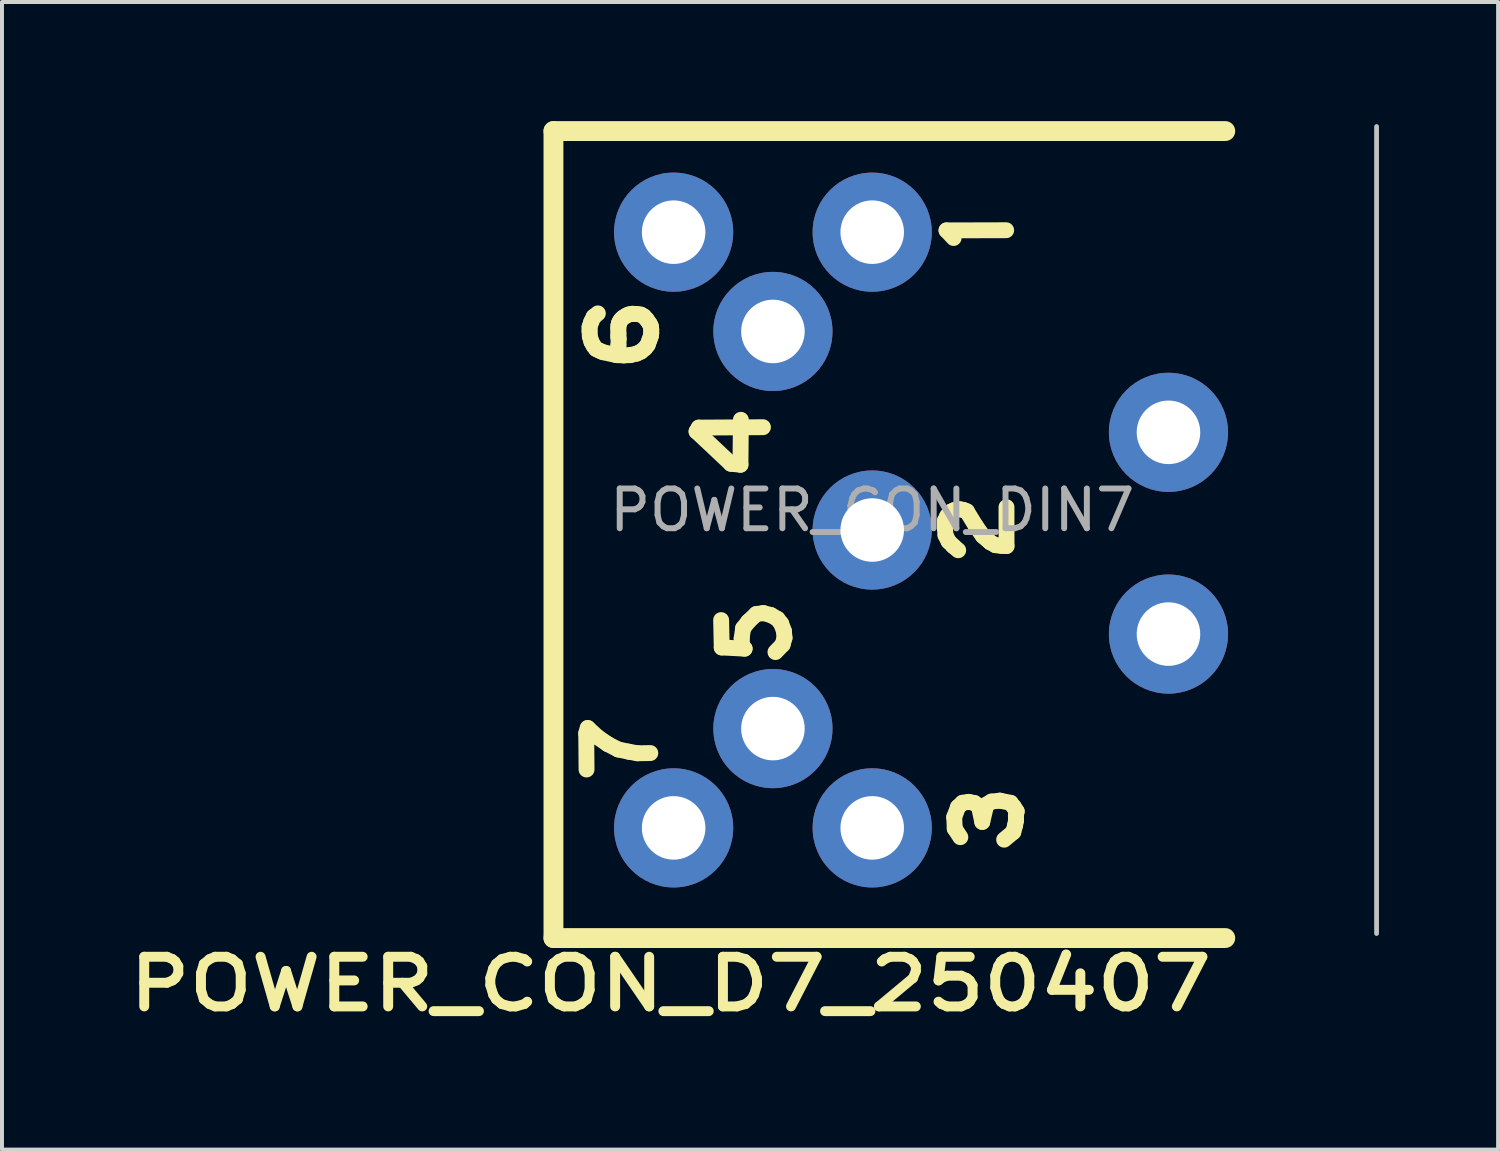
<source format=kicad_pcb>
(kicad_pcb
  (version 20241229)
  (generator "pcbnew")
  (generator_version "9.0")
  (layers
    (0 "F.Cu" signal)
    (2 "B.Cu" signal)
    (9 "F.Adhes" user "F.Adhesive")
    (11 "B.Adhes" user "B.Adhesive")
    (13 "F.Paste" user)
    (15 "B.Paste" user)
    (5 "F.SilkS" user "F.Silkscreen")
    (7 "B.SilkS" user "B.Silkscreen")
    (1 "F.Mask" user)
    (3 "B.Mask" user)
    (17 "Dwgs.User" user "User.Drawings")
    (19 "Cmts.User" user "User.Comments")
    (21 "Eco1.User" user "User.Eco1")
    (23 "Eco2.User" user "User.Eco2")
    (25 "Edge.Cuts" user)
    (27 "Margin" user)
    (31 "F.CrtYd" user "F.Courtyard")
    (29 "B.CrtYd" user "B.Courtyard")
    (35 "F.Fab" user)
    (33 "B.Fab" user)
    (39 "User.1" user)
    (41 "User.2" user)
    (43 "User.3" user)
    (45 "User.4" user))
  (footprint "POWER_CON_D7_250407"
    (layer "F.Cu")
    (at 18.912 10.296)
    (property "Reference" "POWER_CON_D7_250407" (at -5.08 11.43 0) (layer "F.SilkS") (effects (font (size 1.25 1.5) (thickness 0.25) (bold yes))))
    (attr through_hole)
    (fp_line (start -8.026 -10.046) (end 8.89 -10.046) (stroke (width 0.5) (type solid)) (layer "F.SilkS"))
    (fp_line (start -8.026 10.274) (end -8.026 -10.046) (stroke (width 0.5) (type solid)) (layer "F.SilkS"))
    (fp_line (start -7.201 5.119) (end -7.163 4.985) (stroke (width 0.4) (type solid)) (layer "F.SilkS"))
    (fp_line (start -7.193 6.03) (end -7.201 5.119) (stroke (width 0.4) (type solid)) (layer "F.SilkS"))
    (fp_line (start -7.163 4.985) (end -6.913 5.215) (stroke (width 0.4) (type solid)) (layer "F.SilkS"))
    (fp_line (start -7.117 -5.111) (end -7.117 -5.008) (stroke (width 0.4) (type solid)) (layer "F.SilkS"))
    (fp_line (start -7.117 -5.008) (end -7.11 -4.877) (stroke (width 0.4) (type solid)) (layer "F.SilkS"))
    (fp_line (start -7.11 -4.877) (end -7.069 -4.738) (stroke (width 0.4) (type solid)) (layer "F.SilkS"))
    (fp_line (start -7.077 -5.238) (end -7.117 -5.111) (stroke (width 0.4) (type solid)) (layer "F.SilkS"))
    (fp_line (start -7.069 -4.738) (end -7.014 -4.637) (stroke (width 0.4) (type solid)) (layer "F.SilkS"))
    (fp_line (start -7.014 -5.369) (end -7.077 -5.238) (stroke (width 0.4) (type solid)) (layer "F.SilkS"))
    (fp_line (start -7.014 -4.637) (end -6.953 -4.558) (stroke (width 0.4) (type solid)) (layer "F.SilkS"))
    (fp_line (start -6.953 -4.558) (end -6.865 -4.515) (stroke (width 0.4) (type solid)) (layer "F.SilkS"))
    (fp_line (start -6.913 5.215) (end -6.658 5.391) (stroke (width 0.4) (type solid)) (layer "F.SilkS"))
    (fp_line (start -6.908 -5.455) (end -7.014 -5.369) (stroke (width 0.4) (type solid)) (layer "F.SilkS"))
    (fp_line (start -6.865 -4.515) (end -6.779 -4.478) (stroke (width 0.4) (type solid)) (layer "F.SilkS"))
    (fp_line (start -6.779 -4.478) (end -6.438 -4.404) (stroke (width 0.4) (type solid)) (layer "F.SilkS"))
    (fp_line (start -6.658 5.391) (end -6.398 5.525) (stroke (width 0.4) (type solid)) (layer "F.SilkS"))
    (fp_line (start -6.438 -4.404) (end -6.256 -4.397) (stroke (width 0.4) (type solid)) (layer "F.SilkS"))
    (fp_line (start -6.398 5.525) (end -6.133 5.581) (stroke (width 0.4) (type solid)) (layer "F.SilkS"))
    (fp_line (start -6.393 -5.071) (end -6.39 -4.952) (stroke (width 0.4) (type solid)) (layer "F.SilkS"))
    (fp_line (start -6.393 -4.874) (end -6.385 -4.811) (stroke (width 0.4) (type solid)) (layer "F.SilkS"))
    (fp_line (start -6.39 -5.147) (end -6.393 -5.071) (stroke (width 0.4) (type solid)) (layer "F.SilkS"))
    (fp_line (start -6.39 -4.952) (end -6.393 -4.874) (stroke (width 0.4) (type solid)) (layer "F.SilkS"))
    (fp_line (start -6.39 -4.654) (end -6.4 -4.5) (stroke (width 0.4) (type solid)) (layer "F.SilkS"))
    (fp_line (start -6.385 -4.811) (end -6.39 -4.654) (stroke (width 0.4) (type solid)) (layer "F.SilkS"))
    (fp_line (start -6.38 -5.19) (end -6.39 -5.147) (stroke (width 0.4) (type solid)) (layer "F.SilkS"))
    (fp_line (start -6.372 -5.215) (end -6.38 -5.19) (stroke (width 0.4) (type solid)) (layer "F.SilkS"))
    (fp_line (start -6.35 -5.26) (end -6.372 -5.215) (stroke (width 0.4) (type solid)) (layer "F.SilkS"))
    (fp_line (start -6.319 -5.303) (end -6.35 -5.26) (stroke (width 0.4) (type solid)) (layer "F.SilkS"))
    (fp_line (start -6.269 -5.351) (end -6.319 -5.303) (stroke (width 0.4) (type solid)) (layer "F.SilkS"))
    (fp_line (start -6.256 -4.397) (end -6.095 -4.404) (stroke (width 0.4) (type solid)) (layer "F.SilkS"))
    (fp_line (start -6.186 -5.402) (end -6.269 -5.351) (stroke (width 0.4) (type solid)) (layer "F.SilkS"))
    (fp_line (start -6.133 5.581) (end -5.915 5.621) (stroke (width 0.4) (type solid)) (layer "F.SilkS"))
    (fp_line (start -6.125 -5.429) (end -6.186 -5.402) (stroke (width 0.4) (type solid)) (layer "F.SilkS"))
    (fp_line (start -6.095 -4.404) (end -5.931 -4.442) (stroke (width 0.4) (type solid)) (layer "F.SilkS"))
    (fp_line (start -6.037 -5.445) (end -6.125 -5.429) (stroke (width 0.4) (type solid)) (layer "F.SilkS"))
    (fp_line (start -5.933 -5.44) (end -6.037 -5.445) (stroke (width 0.4) (type solid)) (layer "F.SilkS"))
    (fp_line (start -5.931 -4.442) (end -5.822 -4.493) (stroke (width 0.4) (type solid)) (layer "F.SilkS"))
    (fp_line (start -5.915 5.621) (end -5.587 5.616) (stroke (width 0.4) (type solid)) (layer "F.SilkS"))
    (fp_line (start -5.824 -5.424) (end -5.933 -5.44) (stroke (width 0.4) (type solid)) (layer "F.SilkS"))
    (fp_line (start -5.822 -4.493) (end -5.716 -4.581) (stroke (width 0.4) (type solid)) (layer "F.SilkS"))
    (fp_line (start -5.751 -5.381) (end -5.824 -5.424) (stroke (width 0.4) (type solid)) (layer "F.SilkS"))
    (fp_line (start -5.716 -4.581) (end -5.653 -4.664) (stroke (width 0.4) (type solid)) (layer "F.SilkS"))
    (fp_line (start -5.681 -5.306) (end -5.751 -5.381) (stroke (width 0.4) (type solid)) (layer "F.SilkS"))
    (fp_line (start -5.653 -4.664) (end -5.61 -4.783) (stroke (width 0.4) (type solid)) (layer "F.SilkS"))
    (fp_line (start -5.61 -4.783) (end -5.574 -4.884) (stroke (width 0.4) (type solid)) (layer "F.SilkS"))
    (fp_line (start -5.605 -5.197) (end -5.681 -5.306) (stroke (width 0.4) (type solid)) (layer "F.SilkS"))
    (fp_line (start -5.574 -4.884) (end -5.564 -4.957) (stroke (width 0.4) (type solid)) (layer "F.SilkS"))
    (fp_line (start -5.572 -5.127) (end -5.605 -5.197) (stroke (width 0.4) (type solid)) (layer "F.SilkS"))
    (fp_line (start -5.564 -5.048) (end -5.572 -5.127) (stroke (width 0.4) (type solid)) (layer "F.SilkS"))
    (fp_line (start -5.564 -4.957) (end -5.564 -5.048) (stroke (width 0.4) (type solid)) (layer "F.SilkS"))
    (fp_line (start -4.423 -2.482) (end -3.559 -1.669) (stroke (width 0.4) (type solid)) (layer "F.SilkS"))
    (fp_line (start -4.367 -2.579) (end -4.423 -2.482) (stroke (width 0.4) (type solid)) (layer "F.SilkS"))
    (fp_line (start -3.804 2.268) (end -3.789 2.957) (stroke (width 0.4) (type solid)) (layer "F.SilkS"))
    (fp_line (start -3.789 2.957) (end -3.213 2.987) (stroke (width 0.4) (type solid)) (layer "F.SilkS"))
    (fp_line (start -3.559 -1.669) (end -3.317 -1.644) (stroke (width 0.4) (type solid)) (layer "F.SilkS"))
    (fp_line (start -3.317 -1.644) (end -3.307 -2.775) (stroke (width 0.4) (type solid)) (layer "F.SilkS"))
    (fp_line (start -3.287 2.73) (end -3.251 2.475) (stroke (width 0.4) (type solid)) (layer "F.SilkS"))
    (fp_line (start -3.271 2.972) (end -3.287 2.73) (stroke (width 0.4) (type solid)) (layer "F.SilkS"))
    (fp_line (start -3.251 2.475) (end -3.12 2.305) (stroke (width 0.4) (type solid)) (layer "F.SilkS"))
    (fp_line (start -3.213 2.987) (end -3.271 2.972) (stroke (width 0.4) (type solid)) (layer "F.SilkS"))
    (fp_line (start -3.12 2.305) (end -2.92 2.116) (stroke (width 0.4) (type solid)) (layer "F.SilkS"))
    (fp_line (start -2.92 2.116) (end -2.741 2.091) (stroke (width 0.4) (type solid)) (layer "F.SilkS"))
    (fp_line (start -2.751 -2.589) (end -4.367 -2.579) (stroke (width 0.4) (type solid)) (layer "F.SilkS"))
    (fp_line (start -2.741 2.091) (end -2.552 2.141) (stroke (width 0.4) (type solid)) (layer "F.SilkS"))
    (fp_line (start -2.552 2.141) (end -2.385 2.237) (stroke (width 0.4) (type solid)) (layer "F.SilkS"))
    (fp_line (start -2.385 2.237) (end -2.292 2.356) (stroke (width 0.4) (type solid)) (layer "F.SilkS"))
    (fp_line (start -2.292 2.356) (end -2.223 2.543) (stroke (width 0.4) (type solid)) (layer "F.SilkS"))
    (fp_line (start -2.256 2.886) (end -2.436 3.073) (stroke (width 0.4) (type solid)) (layer "F.SilkS"))
    (fp_line (start -2.223 2.543) (end -2.208 2.715) (stroke (width 0.4) (type solid)) (layer "F.SilkS"))
    (fp_line (start -2.208 2.715) (end -2.256 2.886) (stroke (width 0.4) (type solid)) (layer "F.SilkS"))
    (fp_line (start 1.832 -0.234) (end 1.888 -0.349) (stroke (width 0.4) (type solid)) (layer "F.SilkS"))
    (fp_line (start 1.832 -0.046) (end 1.832 -0.234) (stroke (width 0.4) (type solid)) (layer "F.SilkS"))
    (fp_line (start 1.845 0.129) (end 1.832 -0.046) (stroke (width 0.4) (type solid)) (layer "F.SilkS"))
    (fp_line (start 1.871 -7.545) (end 3.373 -7.549) (stroke (width 0.4) (type solid)) (layer "F.SilkS"))
    (fp_line (start 1.888 -0.349) (end 1.986 -0.464) (stroke (width 0.4) (type solid)) (layer "F.SilkS"))
    (fp_line (start 1.922 0.283) (end 1.845 0.129) (stroke (width 0.4) (type solid)) (layer "F.SilkS"))
    (fp_line (start 1.986 -0.464) (end 2.067 -0.502) (stroke (width 0.4) (type solid)) (layer "F.SilkS"))
    (fp_line (start 2.041 0.403) (end 1.922 0.283) (stroke (width 0.4) (type solid)) (layer "F.SilkS"))
    (fp_line (start 2.05 -7.353) (end 1.871 -7.545) (stroke (width 0.4) (type solid)) (layer "F.SilkS"))
    (fp_line (start 2.065 7.229) (end 2.16 6.976) (stroke (width 0.4) (type solid)) (layer "F.SilkS"))
    (fp_line (start 2.067 -0.502) (end 2.199 -0.524) (stroke (width 0.4) (type solid)) (layer "F.SilkS"))
    (fp_line (start 2.078 7.518) (end 2.065 7.229) (stroke (width 0.4) (type solid)) (layer "F.SilkS"))
    (fp_line (start 2.16 6.976) (end 2.275 6.868) (stroke (width 0.4) (type solid)) (layer "F.SilkS"))
    (fp_line (start 2.165 0.509) (end 2.041 0.403) (stroke (width 0.4) (type solid)) (layer "F.SilkS"))
    (fp_line (start 2.199 -0.524) (end 2.293 -0.507) (stroke (width 0.4) (type solid)) (layer "F.SilkS"))
    (fp_line (start 2.219 7.734) (end 2.078 7.518) (stroke (width 0.4) (type solid)) (layer "F.SilkS"))
    (fp_line (start 2.275 6.868) (end 2.429 6.845) (stroke (width 0.4) (type solid)) (layer "F.SilkS"))
    (fp_line (start 2.293 -0.507) (end 2.383 -0.472) (stroke (width 0.4) (type solid)) (layer "F.SilkS"))
    (fp_line (start 2.383 -0.472) (end 2.609 -0.101) (stroke (width 0.4) (type solid)) (layer "F.SilkS"))
    (fp_line (start 2.429 6.845) (end 2.574 6.874) (stroke (width 0.4) (type solid)) (layer "F.SilkS"))
    (fp_line (start 2.574 6.874) (end 2.686 6.956) (stroke (width 0.4) (type solid)) (layer "F.SilkS"))
    (fp_line (start 2.609 -0.101) (end 2.788 0.151) (stroke (width 0.4) (type solid)) (layer "F.SilkS"))
    (fp_line (start 2.686 6.956) (end 2.771 7.35) (stroke (width 0.4) (type solid)) (layer "F.SilkS"))
    (fp_line (start 2.771 7.35) (end 2.874 6.916) (stroke (width 0.4) (type solid)) (layer "F.SilkS"))
    (fp_line (start 2.788 0.151) (end 2.972 0.309) (stroke (width 0.4) (type solid)) (layer "F.SilkS"))
    (fp_line (start 2.874 6.916) (end 3.001 6.838) (stroke (width 0.4) (type solid)) (layer "F.SilkS"))
    (fp_line (start 2.972 0.309) (end 3.104 0.381) (stroke (width 0.4) (type solid)) (layer "F.SilkS"))
    (fp_line (start 3.001 6.838) (end 3.214 6.814) (stroke (width 0.4) (type solid)) (layer "F.SilkS"))
    (fp_line (start 3.104 0.381) (end 3.253 0.398) (stroke (width 0.4) (type solid)) (layer "F.SilkS"))
    (fp_line (start 3.214 6.814) (end 3.485 6.869) (stroke (width 0.4) (type solid)) (layer "F.SilkS"))
    (fp_line (start 3.253 0.398) (end 3.382 0.403) (stroke (width 0.4) (type solid)) (layer "F.SilkS"))
    (fp_line (start 3.382 0.403) (end 3.381 -0.575) (stroke (width 0.4) (type solid)) (layer "F.SilkS"))
    (fp_line (start 3.485 6.869) (end 3.563 6.968) (stroke (width 0.4) (type solid)) (layer "F.SilkS"))
    (fp_line (start 3.552 7.606) (end 3.322 7.797) (stroke (width 0.4) (type solid)) (layer "F.SilkS"))
    (fp_line (start 3.563 6.968) (end 3.638 7.084) (stroke (width 0.4) (type solid)) (layer "F.SilkS"))
    (fp_line (start 3.598 7.436) (end 3.552 7.606) (stroke (width 0.4) (type solid)) (layer "F.SilkS"))
    (fp_line (start 3.618 7.196) (end 3.621 7.314) (stroke (width 0.4) (type solid)) (layer "F.SilkS"))
    (fp_line (start 3.621 7.314) (end 3.598 7.436) (stroke (width 0.4) (type solid)) (layer "F.SilkS"))
    (fp_line (start 3.638 7.084) (end 3.618 7.196) (stroke (width 0.4) (type solid)) (layer "F.SilkS"))
    (fp_line (start 8.89 10.274) (end -8.026 10.274) (stroke (width 0.5) (type solid)) (layer "F.SilkS"))
    (fp_line (start 12.7 -10.16) (end 12.7 10.16) (stroke (width 0.12) (type solid)) (layer "Dwgs.User"))
    (fp_text user "POWER_CON_DIN7" (at 0 -0.5 0) (layer "F.Fab") (effects (font (size 1 1) (thickness 0.15))))
    (pad "1" thru_hole circle (at 0 -7.5) (size 3 3) (drill 1.6) (layers "*.Cu" "*.Mask"))
    (pad "2" thru_hole circle (at 0 0) (size 3 3) (drill 1.6) (layers "*.Cu" "*.Mask"))
    (pad "3" thru_hole circle (at 0 7.5) (size 3 3) (drill 1.6) (layers "*.Cu" "*.Mask"))
    (pad "4" thru_hole circle (at -2.5 -5) (size 3 3) (drill 1.6) (layers "*.Cu" "*.Mask"))
    (pad "5" thru_hole circle (at -2.5 5) (size 3 3) (drill 1.6) (layers "*.Cu" "*.Mask"))
    (pad "6" thru_hole circle (at -5 -7.5) (size 3 3) (drill 1.6) (layers "*.Cu" "*.Mask"))
    (pad "7" thru_hole circle (at -5 7.5) (size 3 3) (drill 1.6) (layers "*.Cu" "*.Mask"))
    (pad "pe" thru_hole circle (at 7.46 -2.46) (size 3 3) (drill 1.6) (layers "*.Cu" "*.Mask"))
    (pad "pe" thru_hole circle (at 7.46 2.62) (size 3 3) (drill 1.6) (layers "*.Cu" "*.Mask")))
  (gr_rect
    (start -3 -3)
    (end 34.672 25.896)
    (stroke (width 0.1) (type default))
    (fill no)
    (layer "Edge.Cuts")))
</source>
